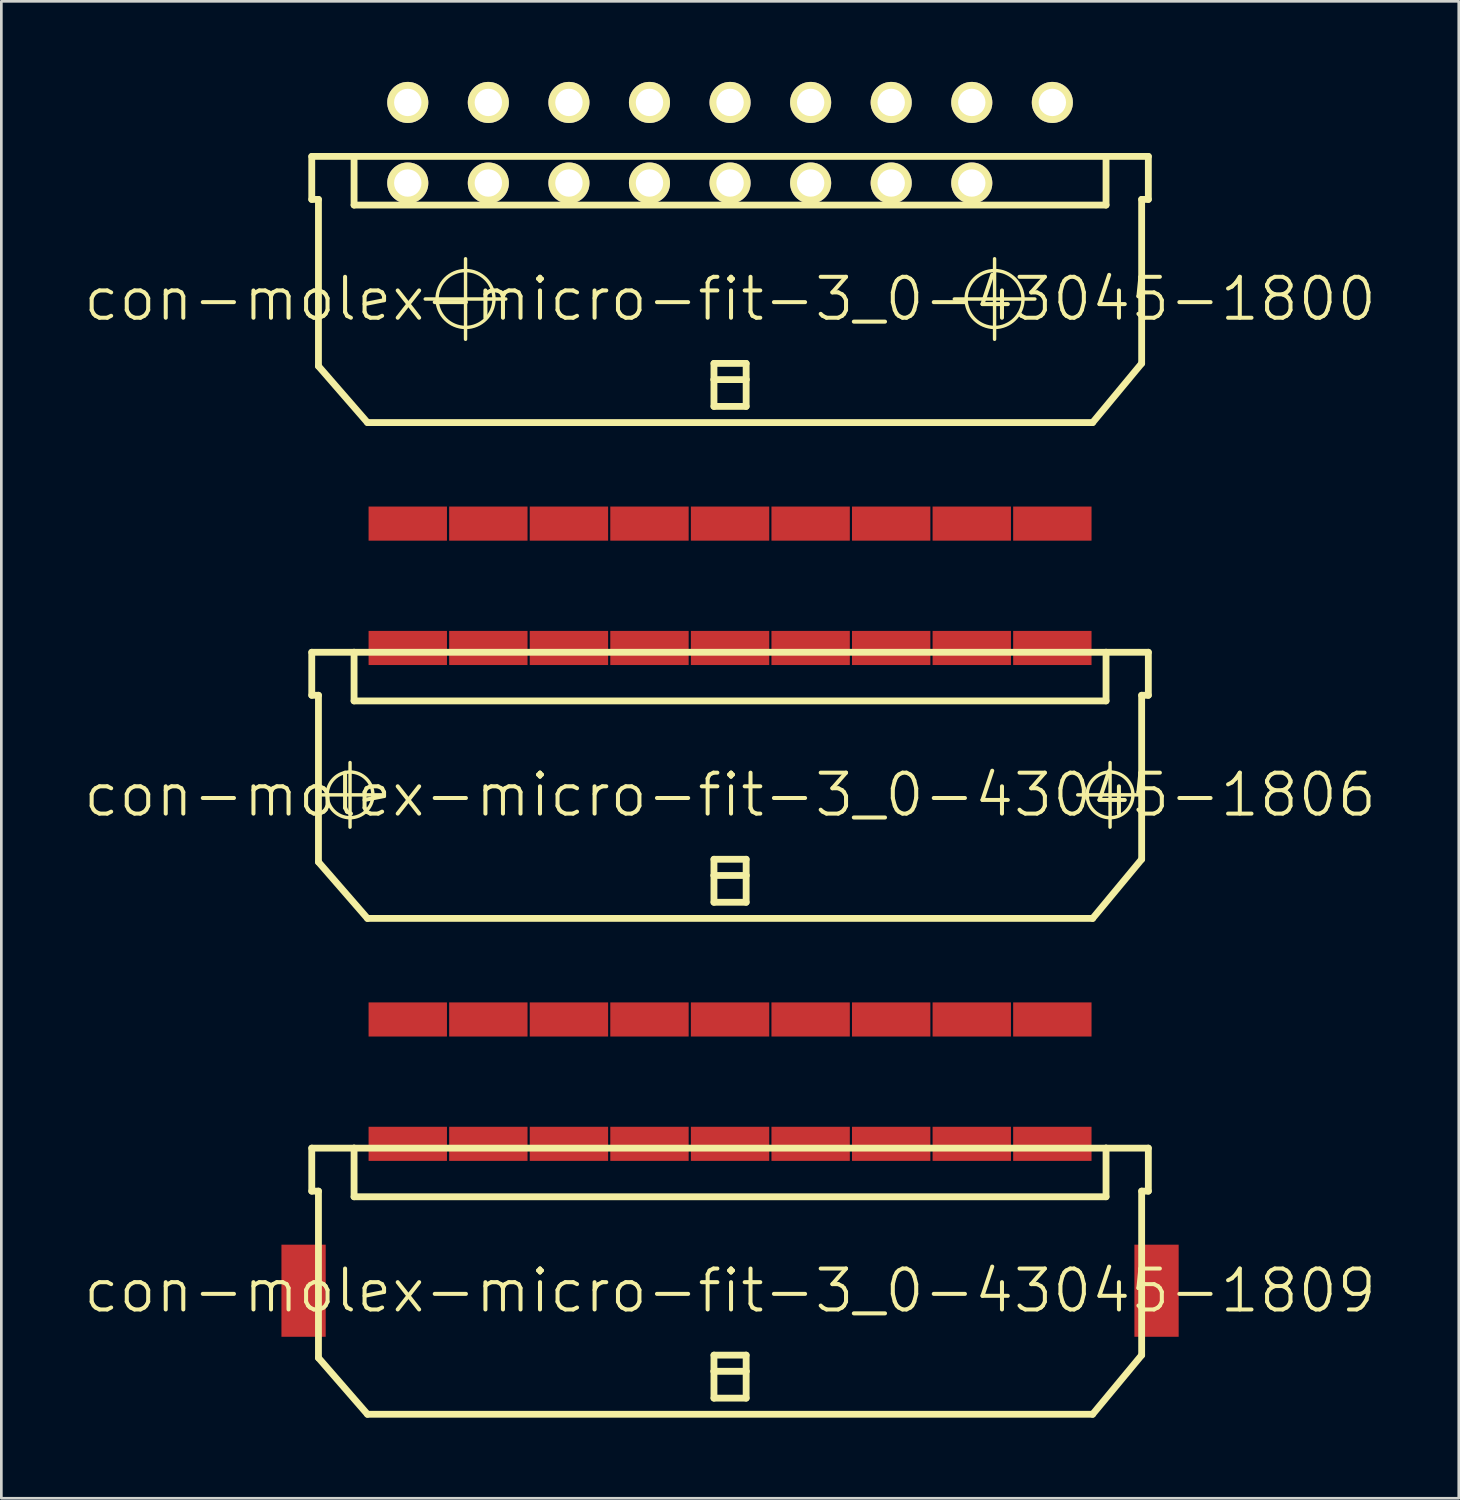
<source format=kicad_pcb>
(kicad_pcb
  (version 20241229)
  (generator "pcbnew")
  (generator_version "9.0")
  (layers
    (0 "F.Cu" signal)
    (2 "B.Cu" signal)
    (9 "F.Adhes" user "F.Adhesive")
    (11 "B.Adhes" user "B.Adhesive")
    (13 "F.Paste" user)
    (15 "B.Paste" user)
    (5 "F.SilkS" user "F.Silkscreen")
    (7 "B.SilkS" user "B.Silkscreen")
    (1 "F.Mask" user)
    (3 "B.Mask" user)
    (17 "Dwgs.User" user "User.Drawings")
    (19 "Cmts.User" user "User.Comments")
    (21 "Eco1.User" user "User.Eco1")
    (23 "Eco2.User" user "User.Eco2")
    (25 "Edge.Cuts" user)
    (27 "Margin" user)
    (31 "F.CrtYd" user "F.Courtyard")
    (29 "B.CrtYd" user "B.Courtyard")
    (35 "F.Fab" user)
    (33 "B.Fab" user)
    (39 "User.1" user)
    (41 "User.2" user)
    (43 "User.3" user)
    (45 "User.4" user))
  (footprint "con-molex-micro-fit-3_0-43045-1806"
    (layer "F.Cu")
    (at 24.13 26.543)
    (property "Reference" "con-molex-micro-fit-3_0-43045-1806" (at 0 0 0) (layer "F.SilkS") (effects (font (size 1.524 1.524) (thickness 0.15))))
    (attr smd)
    (fp_line (start -15.573 -5.309) (end -15.573 -3.708) (stroke (width 0.254) (type solid)) (layer "F.SilkS"))
    (fp_line (start -15.573 -3.708) (end -15.324 -3.708) (stroke (width 0.254) (type solid)) (layer "F.SilkS"))
    (fp_line (start -15.354 0) (end -12.944 0) (stroke (width 0.127) (type solid)) (layer "F.SilkS"))
    (fp_line (start -15.324 2.499) (end -15.324 -3.708) (stroke (width 0.254) (type solid)) (layer "F.SilkS"))
    (fp_line (start -15.324 2.499) (end -13.498 4.6) (stroke (width 0.254) (type solid)) (layer "F.SilkS"))
    (fp_line (start -14.148 1.204) (end -14.148 -1.204) (stroke (width 0.127) (type solid)) (layer "F.SilkS"))
    (fp_line (start -13.998 -5.309) (end -15.573 -5.309) (stroke (width 0.254) (type solid)) (layer "F.SilkS"))
    (fp_line (start -13.998 -5.309) (end -13.998 -3.498) (stroke (width 0.254) (type solid)) (layer "F.SilkS"))
    (fp_line (start -13.998 -5.309) (end 13.998 -5.309) (stroke (width 0.254) (type solid)) (layer "F.SilkS"))
    (fp_line (start -13.998 -3.498) (end 13.998 -3.498) (stroke (width 0.254) (type solid)) (layer "F.SilkS"))
    (fp_line (start -4.829 -5.309) (end -13.998 -5.309) (stroke (width 0.127) (type solid)) (layer "F.SilkS"))
    (fp_line (start -4.823 -5.309) (end -13.998 -5.309) (stroke (width 0.127) (type solid)) (layer "F.SilkS"))
    (fp_line (start -0.599 2.398) (end 0.599 2.398) (stroke (width 0.254) (type solid)) (layer "F.SilkS"))
    (fp_line (start -0.599 3) (end -0.599 2.398) (stroke (width 0.254) (type solid)) (layer "F.SilkS"))
    (fp_line (start -0.599 3) (end 0.599 3) (stroke (width 0.254) (type solid)) (layer "F.SilkS"))
    (fp_line (start -0.599 3.998) (end -0.599 3) (stroke (width 0.254) (type solid)) (layer "F.SilkS"))
    (fp_line (start 0.599 2.398) (end 0.599 3) (stroke (width 0.254) (type solid)) (layer "F.SilkS"))
    (fp_line (start 0.599 3) (end 0.599 3.998) (stroke (width 0.254) (type solid)) (layer "F.SilkS"))
    (fp_line (start 0.599 3.998) (end -0.599 3.998) (stroke (width 0.254) (type solid)) (layer "F.SilkS"))
    (fp_line (start 12.944 0) (end 15.354 0) (stroke (width 0.127) (type solid)) (layer "F.SilkS"))
    (fp_line (start 13.498 4.6) (end -13.498 4.6) (stroke (width 0.254) (type solid)) (layer "F.SilkS"))
    (fp_line (start 13.998 -5.309) (end 15.573 -5.309) (stroke (width 0.254) (type solid)) (layer "F.SilkS"))
    (fp_line (start 13.998 -3.498) (end 13.998 -5.309) (stroke (width 0.254) (type solid)) (layer "F.SilkS"))
    (fp_line (start 14.148 1.204) (end 14.148 -1.204) (stroke (width 0.127) (type solid)) (layer "F.SilkS"))
    (fp_line (start 15.324 -3.708) (end 15.324 2.398) (stroke (width 0.254) (type solid)) (layer "F.SilkS"))
    (fp_line (start 15.324 2.398) (end 13.498 4.6) (stroke (width 0.254) (type solid)) (layer "F.SilkS"))
    (fp_line (start 15.573 -5.309) (end 15.573 -3.708) (stroke (width 0.254) (type solid)) (layer "F.SilkS"))
    (fp_line (start 15.573 -3.708) (end 15.324 -3.708) (stroke (width 0.254) (type solid)) (layer "F.SilkS"))
    (fp_circle (center -14.148 0) (end -14.75 0.602) (stroke (width 0.127) (type solid)) (fill no) (layer "F.SilkS"))
    (fp_circle (center 14.148 0) (end 14.75 0.602) (stroke (width 0.127) (type solid)) (fill no) (layer "F.SilkS"))
    (pad "P$1" smd rect (at 11.999 -5.469) (size 2.918 1.27) (layers "F.Cu" "F.Mask" "F.Paste"))
    (pad "P$2" smd rect (at 8.999 -5.469) (size 2.918 1.27) (layers "F.Cu" "F.Mask" "F.Paste"))
    (pad "P$3" smd rect (at 5.999 -5.469) (size 2.918 1.27) (layers "F.Cu" "F.Mask" "F.Paste"))
    (pad "P$4" smd rect (at 3 -5.469) (size 2.918 1.27) (layers "F.Cu" "F.Mask" "F.Paste"))
    (pad "P$5" smd rect (at 0 -5.469) (size 2.918 1.27) (layers "F.Cu" "F.Mask" "F.Paste"))
    (pad "P$6" smd rect (at -3 -5.469) (size 2.918 1.27) (layers "F.Cu" "F.Mask" "F.Paste"))
    (pad "P$7" smd rect (at -5.999 -5.469) (size 2.918 1.27) (layers "F.Cu" "F.Mask" "F.Paste"))
    (pad "P$8" smd rect (at -8.999 -5.469) (size 2.918 1.27) (layers "F.Cu" "F.Mask" "F.Paste"))
    (pad "P$9" smd rect (at -11.999 -5.469) (size 2.918 1.27) (layers "F.Cu" "F.Mask" "F.Paste"))
    (pad "P$10" smd rect (at 11.999 -10.099) (size 2.918 1.27) (layers "F.Cu" "F.Mask" "F.Paste"))
    (pad "P$11" smd rect (at 8.999 -10.099) (size 2.918 1.27) (layers "F.Cu" "F.Mask" "F.Paste"))
    (pad "P$12" smd rect (at 5.999 -10.099) (size 2.918 1.27) (layers "F.Cu" "F.Mask" "F.Paste"))
    (pad "P$13" smd rect (at 3 -10.099) (size 2.918 1.27) (layers "F.Cu" "F.Mask" "F.Paste"))
    (pad "P$14" smd rect (at 0 -10.099) (size 2.918 1.27) (layers "F.Cu" "F.Mask" "F.Paste"))
    (pad "P$15" smd rect (at -3 -10.099) (size 2.918 1.27) (layers "F.Cu" "F.Mask" "F.Paste"))
    (pad "P$16" smd rect (at -5.999 -10.099) (size 2.918 1.27) (layers "F.Cu" "F.Mask" "F.Paste"))
    (pad "P$17" smd rect (at -8.999 -10.099) (size 2.918 1.27) (layers "F.Cu" "F.Mask" "F.Paste"))
    (pad "P$18" smd rect (at -11.999 -10.099) (size 2.918 1.27) (layers "F.Cu" "F.Mask" "F.Paste")))
  (footprint "con-molex-micro-fit-3_0-43045-1800"
    (layer "F.Cu")
    (at 24.13 8.082)
    (property "Reference" "con-molex-micro-fit-3_0-43045-1800" (at 0 0 0) (layer "F.SilkS") (effects (font (size 1.524 1.524) (thickness 0.15))))
    (attr exclude_from_pos_files exclude_from_bom)
    (fp_line (start -15.573 -5.309) (end -15.573 -3.708) (stroke (width 0.254) (type solid)) (layer "F.SilkS"))
    (fp_line (start -15.573 -3.708) (end -15.324 -3.708) (stroke (width 0.254) (type solid)) (layer "F.SilkS"))
    (fp_line (start -15.324 2.499) (end -15.324 -3.708) (stroke (width 0.254) (type solid)) (layer "F.SilkS"))
    (fp_line (start -15.324 2.499) (end -13.498 4.6) (stroke (width 0.254) (type solid)) (layer "F.SilkS"))
    (fp_line (start -13.998 -5.309) (end -15.573 -5.309) (stroke (width 0.254) (type solid)) (layer "F.SilkS"))
    (fp_line (start -13.998 -5.309) (end -13.998 -3.498) (stroke (width 0.254) (type solid)) (layer "F.SilkS"))
    (fp_line (start -13.998 -5.309) (end 13.998 -5.309) (stroke (width 0.254) (type solid)) (layer "F.SilkS"))
    (fp_line (start -13.998 -3.498) (end 13.998 -3.498) (stroke (width 0.254) (type solid)) (layer "F.SilkS"))
    (fp_line (start -11.349 0) (end -8.349 0) (stroke (width 0.127) (type solid)) (layer "F.SilkS"))
    (fp_line (start -9.848 1.499) (end -9.848 -1.499) (stroke (width 0.127) (type solid)) (layer "F.SilkS"))
    (fp_line (start -4.829 -5.309) (end -13.998 -5.309) (stroke (width 0.127) (type solid)) (layer "F.SilkS"))
    (fp_line (start -4.823 -5.309) (end -13.998 -5.309) (stroke (width 0.127) (type solid)) (layer "F.SilkS"))
    (fp_line (start -0.599 2.398) (end 0.599 2.398) (stroke (width 0.254) (type solid)) (layer "F.SilkS"))
    (fp_line (start -0.599 3) (end -0.599 2.398) (stroke (width 0.254) (type solid)) (layer "F.SilkS"))
    (fp_line (start -0.599 3) (end 0.599 3) (stroke (width 0.254) (type solid)) (layer "F.SilkS"))
    (fp_line (start -0.599 3.998) (end -0.599 3) (stroke (width 0.254) (type solid)) (layer "F.SilkS"))
    (fp_line (start 0.599 2.398) (end 0.599 3) (stroke (width 0.254) (type solid)) (layer "F.SilkS"))
    (fp_line (start 0.599 3) (end 0.599 3.998) (stroke (width 0.254) (type solid)) (layer "F.SilkS"))
    (fp_line (start 0.599 3.998) (end -0.599 3.998) (stroke (width 0.254) (type solid)) (layer "F.SilkS"))
    (fp_line (start 8.349 0) (end 11.349 0) (stroke (width 0.127) (type solid)) (layer "F.SilkS"))
    (fp_line (start 9.848 1.499) (end 9.848 -1.499) (stroke (width 0.127) (type solid)) (layer "F.SilkS"))
    (fp_line (start 13.498 4.6) (end -13.498 4.6) (stroke (width 0.254) (type solid)) (layer "F.SilkS"))
    (fp_line (start 13.998 -5.309) (end 15.573 -5.309) (stroke (width 0.254) (type solid)) (layer "F.SilkS"))
    (fp_line (start 13.998 -3.498) (end 13.998 -5.309) (stroke (width 0.254) (type solid)) (layer "F.SilkS"))
    (fp_line (start 15.324 -3.708) (end 15.324 2.398) (stroke (width 0.254) (type solid)) (layer "F.SilkS"))
    (fp_line (start 15.324 2.398) (end 13.498 4.6) (stroke (width 0.254) (type solid)) (layer "F.SilkS"))
    (fp_line (start 15.573 -5.309) (end 15.573 -3.708) (stroke (width 0.254) (type solid)) (layer "F.SilkS"))
    (fp_line (start 15.573 -3.708) (end 15.324 -3.708) (stroke (width 0.254) (type solid)) (layer "F.SilkS"))
    (fp_circle (center -9.848 0) (end -10.597 0.749) (stroke (width 0.127) (type solid)) (fill no) (layer "F.SilkS"))
    (fp_circle (center 9.848 0) (end 10.597 0.749) (stroke (width 0.127) (type solid)) (fill no) (layer "F.SilkS"))
    (pad "P$1" thru_hole rect (at 11.999 -4.318) (size 0.001 0.001) (drill 1.019) (layers "*.Cu" "F.Mask" "F.SilkS" "F.Paste"))
    (pad "P$2" thru_hole circle (at 8.999 -4.318) (size 1.529 1.529) (drill 1.019) (layers "*.Cu" "F.Mask" "F.SilkS" "F.Paste"))
    (pad "P$3" thru_hole circle (at 5.999 -4.318) (size 1.529 1.529) (drill 1.019) (layers "*.Cu" "F.Mask" "F.SilkS" "F.Paste"))
    (pad "P$4" thru_hole circle (at 3 -4.318) (size 1.529 1.529) (drill 1.019) (layers "*.Cu" "F.Mask" "F.SilkS" "F.Paste"))
    (pad "P$5" thru_hole circle (at 0 -4.318) (size 1.529 1.529) (drill 1.019) (layers "*.Cu" "F.Mask" "F.SilkS" "F.Paste"))
    (pad "P$6" thru_hole circle (at -3 -4.318) (size 1.529 1.529) (drill 1.019) (layers "*.Cu" "F.Mask" "F.SilkS" "F.Paste"))
    (pad "P$7" thru_hole circle (at -5.999 -4.318) (size 1.529 1.529) (drill 1.019) (layers "*.Cu" "F.Mask" "F.SilkS" "F.Paste"))
    (pad "P$8" thru_hole circle (at -8.999 -4.318) (size 1.529 1.529) (drill 1.019) (layers "*.Cu" "F.Mask" "F.SilkS" "F.Paste"))
    (pad "P$9" thru_hole circle (at -11.999 -4.318) (size 1.529 1.529) (drill 1.019) (layers "*.Cu" "F.Mask" "F.SilkS" "F.Paste"))
    (pad "P$10" thru_hole circle (at 11.999 -7.318) (size 1.529 1.529) (drill 1.019) (layers "*.Cu" "F.Mask" "F.SilkS" "F.Paste"))
    (pad "P$11" thru_hole circle (at 8.999 -7.318) (size 1.529 1.529) (drill 1.019) (layers "*.Cu" "F.Mask" "F.SilkS" "F.Paste"))
    (pad "P$12" thru_hole circle (at 5.999 -7.318) (size 1.529 1.529) (drill 1.019) (layers "*.Cu" "F.Mask" "F.SilkS" "F.Paste"))
    (pad "P$13" thru_hole circle (at 3 -7.318) (size 1.529 1.529) (drill 1.019) (layers "*.Cu" "F.Mask" "F.SilkS" "F.Paste"))
    (pad "P$14" thru_hole circle (at 0 -7.318) (size 1.529 1.529) (drill 1.019) (layers "*.Cu" "F.Mask" "F.SilkS" "F.Paste"))
    (pad "P$15" thru_hole circle (at -3 -7.318) (size 1.529 1.529) (drill 1.019) (layers "*.Cu" "F.Mask" "F.SilkS" "F.Paste"))
    (pad "P$16" thru_hole circle (at -5.999 -7.318) (size 1.529 1.529) (drill 1.019) (layers "*.Cu" "F.Mask" "F.SilkS" "F.Paste"))
    (pad "P$17" thru_hole circle (at -8.999 -7.318) (size 1.529 1.529) (drill 1.019) (layers "*.Cu" "F.Mask" "F.SilkS" "F.Paste"))
    (pad "P$18" thru_hole circle (at -11.999 -7.318) (size 1.529 1.529) (drill 1.019) (layers "*.Cu" "F.Mask" "F.SilkS" "F.Paste")))
  (footprint "con-molex-micro-fit-3_0-43045-1809"
    (layer "F.Cu")
    (at 24.13 45.004)
    (property "Reference" "con-molex-micro-fit-3_0-43045-1809" (at 0 0 0) (layer "F.SilkS") (effects (font (size 1.524 1.524) (thickness 0.15))))
    (attr smd)
    (fp_line (start -15.573 -5.309) (end -15.573 -3.708) (stroke (width 0.254) (type solid)) (layer "F.SilkS"))
    (fp_line (start -15.573 -3.708) (end -15.324 -3.708) (stroke (width 0.254) (type solid)) (layer "F.SilkS"))
    (fp_line (start -15.324 2.499) (end -15.324 -3.708) (stroke (width 0.254) (type solid)) (layer "F.SilkS"))
    (fp_line (start -15.324 2.499) (end -13.498 4.6) (stroke (width 0.254) (type solid)) (layer "F.SilkS"))
    (fp_line (start -13.998 -5.309) (end -15.573 -5.309) (stroke (width 0.254) (type solid)) (layer "F.SilkS"))
    (fp_line (start -13.998 -5.309) (end -13.998 -3.498) (stroke (width 0.254) (type solid)) (layer "F.SilkS"))
    (fp_line (start -13.998 -5.309) (end 13.998 -5.309) (stroke (width 0.254) (type solid)) (layer "F.SilkS"))
    (fp_line (start -13.998 -3.498) (end 13.998 -3.498) (stroke (width 0.254) (type solid)) (layer "F.SilkS"))
    (fp_line (start -4.829 -5.309) (end -13.998 -5.309) (stroke (width 0.127) (type solid)) (layer "F.SilkS"))
    (fp_line (start -4.823 -5.309) (end -13.998 -5.309) (stroke (width 0.127) (type solid)) (layer "F.SilkS"))
    (fp_line (start -0.599 2.398) (end 0.599 2.398) (stroke (width 0.254) (type solid)) (layer "F.SilkS"))
    (fp_line (start -0.599 3) (end -0.599 2.398) (stroke (width 0.254) (type solid)) (layer "F.SilkS"))
    (fp_line (start -0.599 3) (end 0.599 3) (stroke (width 0.254) (type solid)) (layer "F.SilkS"))
    (fp_line (start -0.599 3.998) (end -0.599 3) (stroke (width 0.254) (type solid)) (layer "F.SilkS"))
    (fp_line (start 0.599 2.398) (end 0.599 3) (stroke (width 0.254) (type solid)) (layer "F.SilkS"))
    (fp_line (start 0.599 3) (end 0.599 3.998) (stroke (width 0.254) (type solid)) (layer "F.SilkS"))
    (fp_line (start 0.599 3.998) (end -0.599 3.998) (stroke (width 0.254) (type solid)) (layer "F.SilkS"))
    (fp_line (start 13.498 4.6) (end -13.498 4.6) (stroke (width 0.254) (type solid)) (layer "F.SilkS"))
    (fp_line (start 13.998 -5.309) (end 15.573 -5.309) (stroke (width 0.254) (type solid)) (layer "F.SilkS"))
    (fp_line (start 13.998 -3.498) (end 13.998 -5.309) (stroke (width 0.254) (type solid)) (layer "F.SilkS"))
    (fp_line (start 15.324 -3.708) (end 15.324 2.398) (stroke (width 0.254) (type solid)) (layer "F.SilkS"))
    (fp_line (start 15.324 2.398) (end 13.498 4.6) (stroke (width 0.254) (type solid)) (layer "F.SilkS"))
    (fp_line (start 15.573 -5.309) (end 15.573 -3.708) (stroke (width 0.254) (type solid)) (layer "F.SilkS"))
    (fp_line (start 15.573 -3.708) (end 15.324 -3.708) (stroke (width 0.254) (type solid)) (layer "F.SilkS"))
    (pad "P$1" smd rect (at 11.999 -5.469) (size 2.918 1.27) (layers "F.Cu" "F.Mask" "F.Paste"))
    (pad "P$2" smd rect (at 8.999 -5.469) (size 2.918 1.27) (layers "F.Cu" "F.Mask" "F.Paste"))
    (pad "P$3" smd rect (at 5.999 -5.469) (size 2.918 1.27) (layers "F.Cu" "F.Mask" "F.Paste"))
    (pad "P$4" smd rect (at 3 -5.469) (size 2.918 1.27) (layers "F.Cu" "F.Mask" "F.Paste"))
    (pad "P$5" smd rect (at 0 -5.469) (size 2.918 1.27) (layers "F.Cu" "F.Mask" "F.Paste"))
    (pad "P$6" smd rect (at -3 -5.469) (size 2.918 1.27) (layers "F.Cu" "F.Mask" "F.Paste"))
    (pad "P$7" smd rect (at -5.999 -5.469) (size 2.918 1.27) (layers "F.Cu" "F.Mask" "F.Paste"))
    (pad "P$8" smd rect (at -8.999 -5.469) (size 2.918 1.27) (layers "F.Cu" "F.Mask" "F.Paste"))
    (pad "P$9" smd rect (at -11.999 -5.469) (size 2.918 1.27) (layers "F.Cu" "F.Mask" "F.Paste"))
    (pad "P$10" smd rect (at 11.999 -10.099) (size 2.918 1.27) (layers "F.Cu" "F.Mask" "F.Paste"))
    (pad "P$11" smd rect (at 8.999 -10.099) (size 2.918 1.27) (layers "F.Cu" "F.Mask" "F.Paste"))
    (pad "P$12" smd rect (at 5.999 -10.099) (size 2.918 1.27) (layers "F.Cu" "F.Mask" "F.Paste"))
    (pad "P$13" smd rect (at 3 -10.099) (size 2.918 1.27) (layers "F.Cu" "F.Mask" "F.Paste"))
    (pad "P$14" smd rect (at 0 -10.099) (size 2.918 1.27) (layers "F.Cu" "F.Mask" "F.Paste"))
    (pad "P$15" smd rect (at -3 -10.099) (size 2.918 1.27) (layers "F.Cu" "F.Mask" "F.Paste"))
    (pad "P$16" smd rect (at -5.999 -10.099) (size 2.918 1.27) (layers "F.Cu" "F.Mask" "F.Paste"))
    (pad "P$17" smd rect (at -8.999 -10.099) (size 2.918 1.27) (layers "F.Cu" "F.Mask" "F.Paste"))
    (pad "P$18" smd rect (at -11.999 -10.099) (size 2.918 1.27) (layers "F.Cu" "F.Mask" "F.Paste"))
    (pad "TAB1" smd rect (at -15.878 0) (size 1.648 3.429) (layers "F.Cu" "F.Mask" "F.Paste"))
    (pad "TAB2" smd rect (at 15.878 0) (size 1.648 3.429) (layers "F.Cu" "F.Mask" "F.Paste")))
  (gr_rect
    (start -3 -3)
    (end 51.26 52.731)
    (stroke (width 0.1) (type default))
    (fill no)
    (layer "Edge.Cuts")))
</source>
